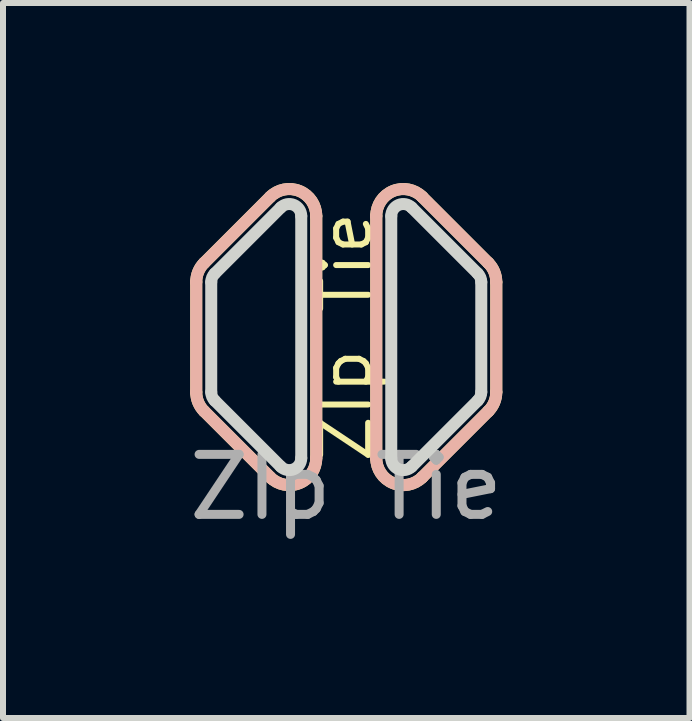
<source format=kicad_pcb>
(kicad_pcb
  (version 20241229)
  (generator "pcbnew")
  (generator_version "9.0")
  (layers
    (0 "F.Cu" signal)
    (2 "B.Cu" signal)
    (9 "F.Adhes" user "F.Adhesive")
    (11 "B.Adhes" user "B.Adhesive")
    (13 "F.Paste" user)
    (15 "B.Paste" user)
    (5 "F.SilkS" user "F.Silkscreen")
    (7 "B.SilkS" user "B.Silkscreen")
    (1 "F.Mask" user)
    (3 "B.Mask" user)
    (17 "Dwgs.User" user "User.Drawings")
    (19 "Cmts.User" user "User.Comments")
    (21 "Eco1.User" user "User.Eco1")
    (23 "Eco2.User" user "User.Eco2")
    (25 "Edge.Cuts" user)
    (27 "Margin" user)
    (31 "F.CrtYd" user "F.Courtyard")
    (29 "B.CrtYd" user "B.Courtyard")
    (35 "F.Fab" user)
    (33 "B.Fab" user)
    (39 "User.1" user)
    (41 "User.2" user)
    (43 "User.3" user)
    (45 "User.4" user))
  (footprint "ZIp Tie"
    (layer "F.Cu")
    (at 2.72 2.567)
    (property "Reference" "ZIp Tie" (at 0 0 90) (unlocked yes) (layer "F.SilkS") (effects (font (size 0.8 0.8) (thickness 0.1))))
    (attr exclude_from_bom allow_missing_courtyard)
    (fp_line (start -2.5 -0.917) (end -2.5 0.917) (stroke (width 0.2) (type solid)) (layer "F.SilkS"))
    (fp_line (start -2.368 1.235) (end -1.268 2.335) (stroke (width 0.2) (type solid)) (layer "F.SilkS"))
    (fp_line (start -1.268 -2.335) (end -2.368 -1.235) (stroke (width 0.2) (type solid)) (layer "F.SilkS"))
    (fp_line (start -0.5 2.017) (end -0.5 -2.017) (stroke (width 0.2) (type solid)) (layer "F.SilkS"))
    (fp_line (start 0.5 -2.017) (end 0.5 2.017) (stroke (width 0.2) (type solid)) (layer "F.SilkS"))
    (fp_line (start 1.268 2.335) (end 2.368 1.235) (stroke (width 0.2) (type solid)) (layer "F.SilkS"))
    (fp_line (start 2.368 -1.235) (end 1.268 -2.335) (stroke (width 0.2) (type solid)) (layer "F.SilkS"))
    (fp_line (start 2.5 0.917) (end 2.5 -0.917) (stroke (width 0.2) (type solid)) (layer "F.SilkS"))
    (fp_arc (start -2.5 -0.917157) (mid -2.465746 -1.089364) (end -2.368198 -1.235355) (stroke (width 0.2) (type solid)) (layer "F.SilkS"))
    (fp_arc (start -2.368198 1.235355) (mid -2.465745 1.089364) (end -2.5 0.917157) (stroke (width 0.2) (type solid)) (layer "F.SilkS"))
    (fp_arc (start -1.268198 -2.335355) (mid -0.777793 -2.432904) (end -0.5 -2.017157) (stroke (width 0.2) (type solid)) (layer "F.SilkS"))
    (fp_arc (start -0.5 2.017157) (mid -0.777792 2.432906) (end -1.268198 2.335355) (stroke (width 0.2) (type solid)) (layer "F.SilkS"))
    (fp_arc (start 0.5 -2.017157) (mid 0.777791 -2.432904) (end 1.268198 -2.335355) (stroke (width 0.2) (type solid)) (layer "F.SilkS"))
    (fp_arc (start 1.268198 2.335355) (mid 0.777793 2.432903) (end 0.5 2.017157) (stroke (width 0.2) (type solid)) (layer "F.SilkS"))
    (fp_arc (start 2.368198 -1.235355) (mid 2.465746 -1.089365) (end 2.5 -0.917157) (stroke (width 0.2) (type solid)) (layer "F.SilkS"))
    (fp_arc (start 2.5 0.917157) (mid 2.465747 1.089365) (end 2.368198 1.235355) (stroke (width 0.2) (type solid)) (layer "F.SilkS"))
    (fp_line (start -2.5 0.917) (end -2.5 -0.917) (stroke (width 0.2) (type solid)) (layer "B.SilkS"))
    (fp_line (start -2.368 -1.235) (end -1.268 -2.335) (stroke (width 0.2) (type solid)) (layer "B.SilkS"))
    (fp_line (start -1.268 2.335) (end -2.368 1.235) (stroke (width 0.2) (type solid)) (layer "B.SilkS"))
    (fp_line (start -0.5 -2.017) (end -0.5 2.017) (stroke (width 0.2) (type solid)) (layer "B.SilkS"))
    (fp_line (start 0.5 2.017) (end 0.5 -2.017) (stroke (width 0.2) (type solid)) (layer "B.SilkS"))
    (fp_line (start 1.268 -2.335) (end 2.368 -1.235) (stroke (width 0.2) (type solid)) (layer "B.SilkS"))
    (fp_line (start 2.368 1.235) (end 1.268 2.335) (stroke (width 0.2) (type solid)) (layer "B.SilkS"))
    (fp_line (start 2.5 -0.917) (end 2.5 0.917) (stroke (width 0.2) (type solid)) (layer "B.SilkS"))
    (fp_arc (start -2.5 -0.917157) (mid -2.465747 -1.089365) (end -2.368198 -1.235355) (stroke (width 0.2) (type solid)) (layer "B.SilkS"))
    (fp_arc (start -2.368198 1.235355) (mid -2.465749 1.089365) (end -2.5 0.917157) (stroke (width 0.2) (type solid)) (layer "B.SilkS"))
    (fp_arc (start -1.268198 -2.335355) (mid -0.777793 -2.432904) (end -0.5 -2.017157) (stroke (width 0.2) (type solid)) (layer "B.SilkS"))
    (fp_arc (start -0.5 2.017157) (mid -0.777792 2.432906) (end -1.268198 2.335355) (stroke (width 0.2) (type solid)) (layer "B.SilkS"))
    (fp_arc (start 0.5 -2.017157) (mid 0.777792 -2.432906) (end 1.268198 -2.335355) (stroke (width 0.2) (type solid)) (layer "B.SilkS"))
    (fp_arc (start 1.268198 2.335355) (mid 0.777793 2.432904) (end 0.5 2.017157) (stroke (width 0.2) (type solid)) (layer "B.SilkS"))
    (fp_arc (start 2.368198 -1.235355) (mid 2.465749 -1.089365) (end 2.5 -0.917157) (stroke (width 0.2) (type solid)) (layer "B.SilkS"))
    (fp_arc (start 2.5 0.917157) (mid 2.465747 1.089365) (end 2.368198 1.235355) (stroke (width 0.2) (type solid)) (layer "B.SilkS"))
    (fp_line (start -2.25 0.917) (end -2.25 -0.917) (stroke (width 0.2) (type solid)) (layer "Edge.Cuts"))
    (fp_line (start -2.191 -1.059) (end -1.091 -2.159) (stroke (width 0.2) (type solid)) (layer "Edge.Cuts"))
    (fp_line (start -1.091 2.159) (end -2.191 1.059) (stroke (width 0.2) (type solid)) (layer "Edge.Cuts"))
    (fp_line (start -0.75 -2.017) (end -0.75 2.017) (stroke (width 0.2) (type solid)) (layer "Edge.Cuts"))
    (fp_line (start 0.75 2.017) (end 0.75 -2.017) (stroke (width 0.2) (type solid)) (layer "Edge.Cuts"))
    (fp_line (start 1.091 -2.159) (end 2.191 -1.059) (stroke (width 0.2) (type solid)) (layer "Edge.Cuts"))
    (fp_line (start 2.191 1.059) (end 1.091 2.159) (stroke (width 0.2) (type solid)) (layer "Edge.Cuts"))
    (fp_line (start 2.25 -0.917) (end 2.25 0.917) (stroke (width 0.2) (type solid)) (layer "Edge.Cuts"))
    (fp_arc (start -2.25 -0.917157) (mid -2.234776 -0.993694) (end -2.191421 -1.058579) (stroke (width 0.2) (type solid)) (layer "Edge.Cuts"))
    (fp_arc (start -2.191421 1.058579) (mid -2.234776 0.993694) (end -2.25 0.917157) (stroke (width 0.2) (type solid)) (layer "Edge.Cuts"))
    (fp_arc (start -1.091421 -2.158579) (mid -0.873463 -2.201933) (end -0.75 -2.017157) (stroke (width 0.2) (type solid)) (layer "Edge.Cuts"))
    (fp_arc (start -0.75 2.017157) (mid -0.873463 2.201933) (end -1.091421 2.158579) (stroke (width 0.2) (type solid)) (layer "Edge.Cuts"))
    (fp_arc (start 0.75 -2.017157) (mid 0.873463 -2.201936) (end 1.091421 -2.158579) (stroke (width 0.2) (type solid)) (layer "Edge.Cuts"))
    (fp_arc (start 1.091421 2.158579) (mid 0.873463 2.201934) (end 0.75 2.017157) (stroke (width 0.2) (type solid)) (layer "Edge.Cuts"))
    (fp_arc (start 2.191421 -1.058579) (mid 2.234775 -0.993694) (end 2.25 -0.917157) (stroke (width 0.2) (type solid)) (layer "Edge.Cuts"))
    (fp_arc (start 2.25 0.917157) (mid 2.23479 0.993703) (end 2.191421 1.058579) (stroke (width 0.2) (type solid)) (layer "Edge.Cuts"))
    (fp_text user "${REFERENCE}" (at 0 2.5 0) (unlocked yes) (layer "F.Fab") (effects (font (size 1 1) (thickness 0.15)))))
  (gr_rect
    (start -3 -3)
    (end 8.44 8.915)
    (stroke (width 0.1) (type default))
    (fill no)
    (layer "Edge.Cuts")))
</source>
